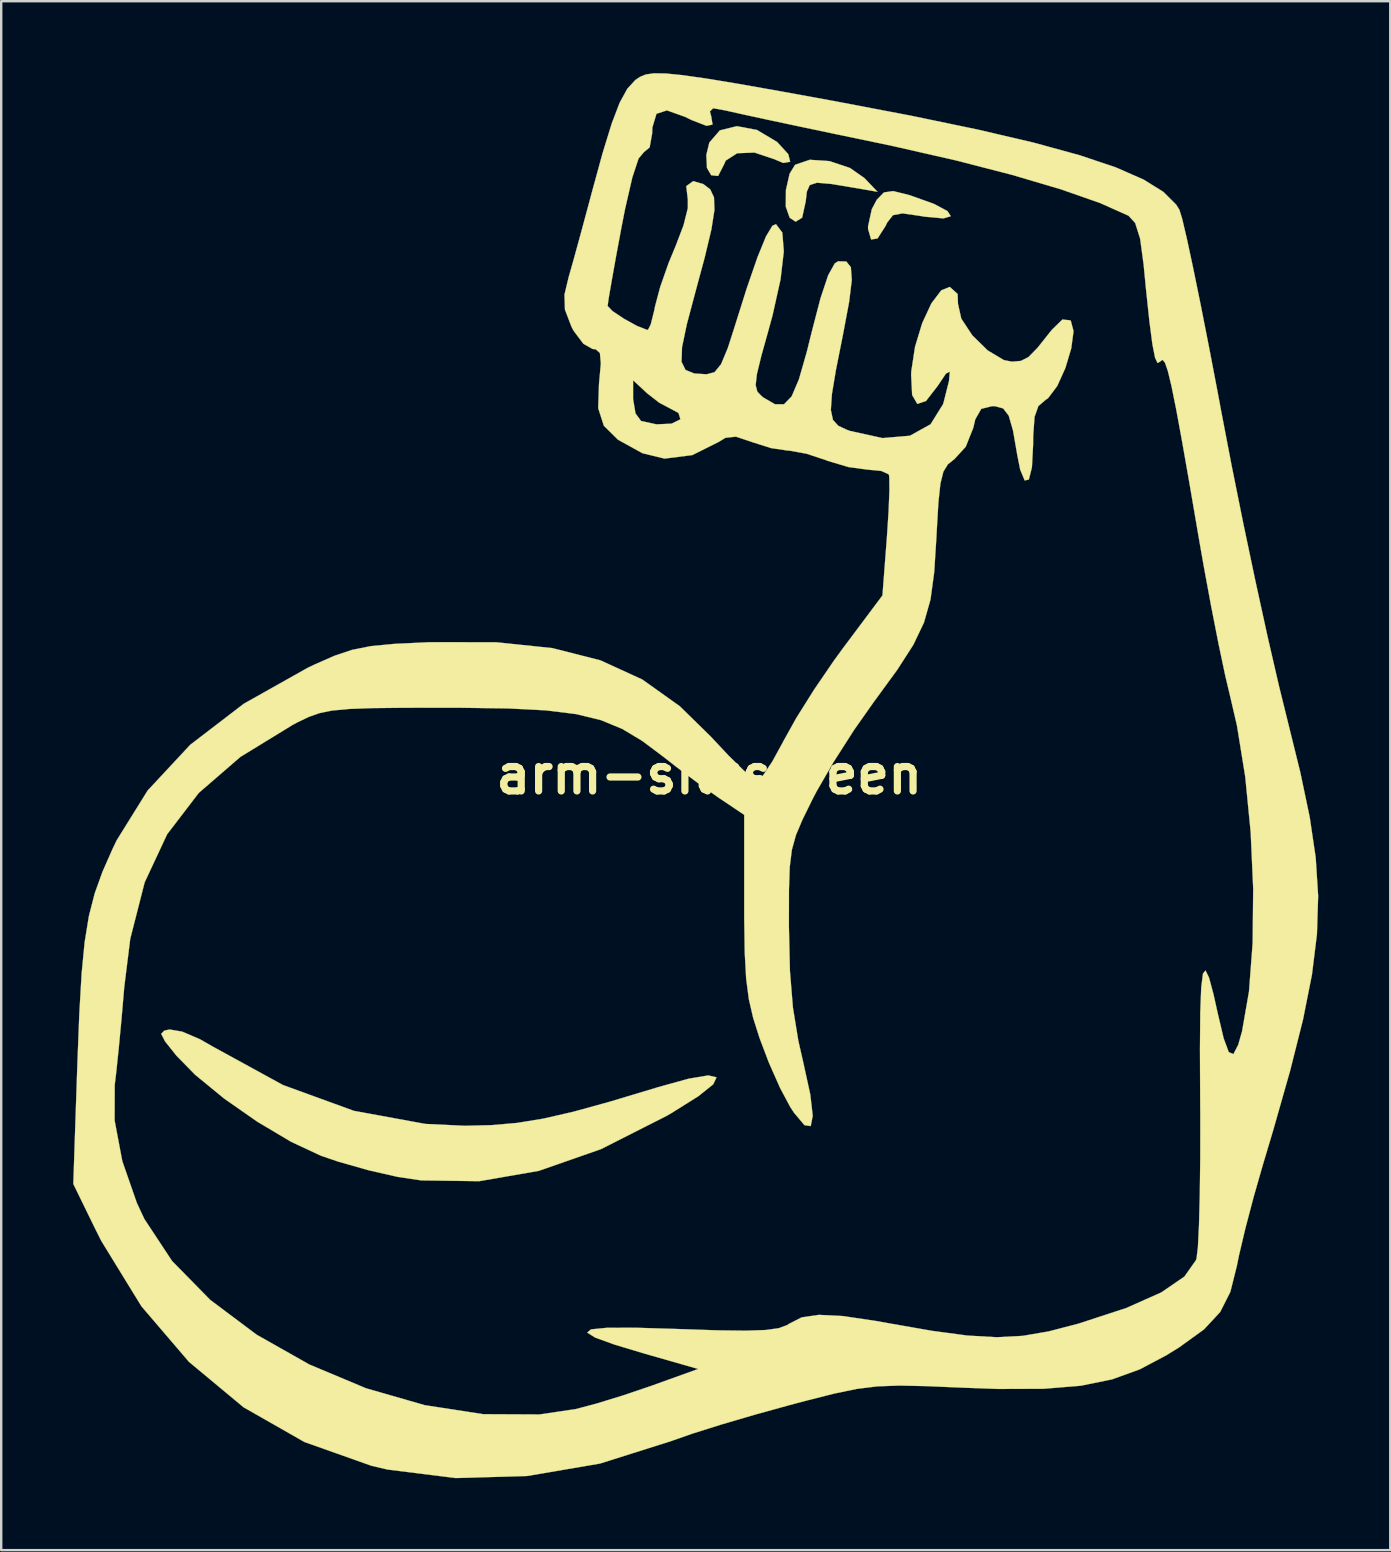
<source format=kicad_pcb>
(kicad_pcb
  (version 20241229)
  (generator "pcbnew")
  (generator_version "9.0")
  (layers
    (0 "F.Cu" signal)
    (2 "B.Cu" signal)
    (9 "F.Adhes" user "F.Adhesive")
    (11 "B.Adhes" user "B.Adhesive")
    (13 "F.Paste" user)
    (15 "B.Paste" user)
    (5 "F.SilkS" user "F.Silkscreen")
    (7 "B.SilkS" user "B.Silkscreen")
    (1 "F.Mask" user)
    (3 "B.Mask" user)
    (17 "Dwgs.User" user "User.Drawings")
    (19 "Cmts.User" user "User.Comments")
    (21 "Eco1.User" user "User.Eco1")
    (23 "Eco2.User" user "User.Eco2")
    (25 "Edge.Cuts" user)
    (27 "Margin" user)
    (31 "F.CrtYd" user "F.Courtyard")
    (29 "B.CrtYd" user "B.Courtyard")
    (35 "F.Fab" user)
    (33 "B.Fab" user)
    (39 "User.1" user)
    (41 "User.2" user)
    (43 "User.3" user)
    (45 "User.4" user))
  (footprint "arm-silkscreen"
    (layer "F.Cu")
    (at 26.506 29.219)
    (property "Reference" "arm-silkscreen" (at 0 0 0) (layer "F.SilkS") (effects (font (size 1.524 1.524) (thickness 0.3))))
    (attr through_hole)
    (fp_poly (pts (xy 1.99 -26.852) (xy 2.82 -26.357) (xy 2.83 -26.349) (xy 3.291 -25.846) (xy 3.371 -25.529) (xy 3.086 -25.478) (xy 2.686 -25.643) (xy 1.883 -25.912) (xy 1.163 -25.884) (xy 0.687 -25.579) (xy 0.606 -25.4) (xy 0.368 -24.936) (xy 0.08 -24.967) (xy -0.097 -25.27) (xy -0.124 -25.809) (xy 0.001 -26.328) (xy 0.44 -26.837) (xy 1.15 -27.012) (xy 1.99 -26.852)) (stroke (width 0.01) (type solid)) (fill yes) (layer "F.SilkS"))
    (fp_poly (pts (xy 5.015 -25.554) (xy 5.86 -25.271) (xy 6.466 -24.847) (xy 7.011 -24.277) (xy 6.085 -24.437) (xy 5.082 -24.604) (xy 4.487 -24.655) (xy 4.186 -24.559) (xy 4.065 -24.284) (xy 4.018 -23.879) (xy 3.869 -23.199) (xy 3.598 -23.03) (xy 3.351 -23.195) (xy 3.187 -23.657) (xy 3.194 -24.355) (xy 3.348 -25.033) (xy 3.574 -25.402) (xy 4.184 -25.611) (xy 5.015 -25.554)) (stroke (width 0.01) (type solid)) (fill yes) (layer "F.SilkS"))
    (fp_poly (pts (xy 8.33 -24.141) (xy 8.368 -24.129) (xy 9.352 -23.777) (xy 9.923 -23.475) (xy 10.064 -23.26) (xy 9.757 -23.169) (xy 8.983 -23.239) (xy 8.777 -23.274) (xy 8.048 -23.378) (xy 7.653 -23.302) (xy 7.412 -22.994) (xy 7.346 -22.855) (xy 7.011 -22.332) (xy 6.744 -22.288) (xy 6.617 -22.722) (xy 6.615 -22.836) (xy 6.772 -23.553) (xy 6.979 -23.946) (xy 7.277 -24.251) (xy 7.661 -24.307) (xy 8.33 -24.141)) (stroke (width 0.01) (type solid)) (fill yes) (layer "F.SilkS"))
    (fp_poly (pts (xy -21.965 10.719) (xy -21.216 11.04) (xy -20.692 11.341) (xy -17.765 12.944) (xy -14.811 14.019) (xy -11.829 14.565) (xy -10.186 14.642) (xy -9.066 14.615) (xy -8.013 14.523) (xy -6.914 14.344) (xy -5.657 14.055) (xy -4.13 13.634) (xy -2.219 13.059) (xy -2.166 13.042) (xy -0.865 12.681) (xy -0.041 12.543) (xy 0.302 12.624) (xy 0.162 12.916) (xy -0.462 13.414) (xy -1.573 14.111) (xy -1.773 14.227) (xy -4.514 15.615) (xy -7.104 16.52) (xy -9.586 16.951) (xy -12.002 16.918) (xy -12.978 16.773) (xy -14.188 16.498) (xy -15.466 16.135) (xy -16.175 15.893) (xy -17.432 15.306) (xy -18.836 14.471) (xy -20.221 13.504) (xy -21.424 12.517) (xy -22.201 11.724) (xy -22.679 11.124) (xy -22.839 10.812) (xy -22.711 10.677) (xy -22.486 10.63) (xy -21.965 10.719)) (stroke (width 0.01) (type solid)) (fill yes) (layer "F.SilkS"))
    (fp_poly (pts (xy -1.821 -29.207) (xy -1.113 -29.137) (xy -0.127 -28.997) (xy 1.197 -28.778) (xy 2.919 -28.474) (xy 5.098 -28.077) (xy 5.133 -28.071) (xy 8.415 -27.446) (xy 11.204 -26.866) (xy 13.534 -26.321) (xy 15.437 -25.799) (xy 16.948 -25.291) (xy 18.099 -24.785) (xy 18.923 -24.273) (xy 19.455 -23.742) (xy 19.59 -23.527) (xy 19.707 -23.144) (xy 19.903 -22.31) (xy 20.164 -21.094) (xy 20.477 -19.563) (xy 20.827 -17.788) (xy 21.2 -15.838) (xy 21.329 -15.145) (xy 21.771 -12.843) (xy 22.26 -10.418) (xy 22.769 -8.002) (xy 23.268 -5.724) (xy 23.731 -3.717) (xy 24.097 -2.233) (xy 24.626 -0.091) (xy 25.019 1.779) (xy 25.269 3.467) (xy 25.371 5.063) (xy 25.321 6.659) (xy 25.113 8.344) (xy 24.742 10.209) (xy 24.204 12.345) (xy 23.494 14.841) (xy 23.066 16.272) (xy 22.688 17.59) (xy 22.338 18.919) (xy 22.07 20.053) (xy 21.982 20.488) (xy 21.713 21.562) (xy 21.29 22.4) (xy 20.612 23.129) (xy 19.581 23.873) (xy 19.051 24.202) (xy 17.938 24.791) (xy 16.783 25.209) (xy 15.482 25.474) (xy 13.932 25.601) (xy 12.031 25.608) (xy 10.576 25.556) (xy 9.061 25.491) (xy 7.922 25.467) (xy 7.004 25.5) (xy 6.154 25.605) (xy 5.219 25.798) (xy 4.045 26.095) (xy 3.3 26.293) (xy 1.871 26.688) (xy 0.484 27.096) (xy -0.705 27.47) (xy -1.544 27.764) (xy -1.572 27.775) (xy -4.553 28.717) (xy -7.587 29.235) (xy -10.574 29.321) (xy -13.411 28.966) (xy -14.08 28.809) (xy -16.869 27.82) (xy -19.409 26.371) (xy -21.681 24.48) (xy -23.662 22.165) (xy -25.334 19.442) (xy -25.568 18.976) (xy -26.501 17.066) (xy -26.412 14.419) (xy -24.78 14.419) (xy -24.46 16.114) (xy -23.854 17.856) (xy -23.544 18.521) (xy -22.386 20.277) (xy -20.794 21.899) (xy -18.858 23.35) (xy -16.665 24.59) (xy -14.302 25.581) (xy -11.857 26.284) (xy -9.418 26.66) (xy -7.074 26.671) (xy -5.556 26.445) (xy -4.701 26.218) (xy -3.587 25.876) (xy -2.451 25.491) (xy -2.414 25.478) (xy -0.463 24.776) (xy -2.679 24.142) (xy -3.952 23.759) (xy -4.758 23.467) (xy -5.087 23.259) (xy -4.93 23.126) (xy -4.276 23.061) (xy -3.116 23.056) (xy -1.439 23.106) (xy -1.299 23.111) (xy 0.339 23.166) (xy 1.531 23.18) (xy 2.357 23.152) (xy 2.901 23.075) (xy 3.243 22.947) (xy 3.331 22.889) (xy 3.849 22.626) (xy 4.563 22.521) (xy 5.569 22.571) (xy 6.96 22.778) (xy 7.408 22.859) (xy 9.273 23.185) (xy 10.752 23.383) (xy 11.971 23.453) (xy 13.058 23.396) (xy 14.139 23.211) (xy 15.343 22.898) (xy 15.408 22.879) (xy 17.379 22.234) (xy 18.837 21.585) (xy 19.799 20.924) (xy 20.28 20.241) (xy 20.304 20.165) (xy 20.361 19.697) (xy 20.406 18.787) (xy 20.439 17.522) (xy 20.458 15.99) (xy 20.46 14.277) (xy 20.455 13.494) (xy 20.446 11.453) (xy 20.459 9.921) (xy 20.499 8.877) (xy 20.571 8.3) (xy 20.677 8.17) (xy 20.823 8.466) (xy 21.012 9.168) (xy 21.179 9.922) (xy 21.434 11.001) (xy 21.646 11.573) (xy 21.84 11.656) (xy 22.04 11.268) (xy 22.2 10.707) (xy 22.489 9.049) (xy 22.642 7.019) (xy 22.664 4.757) (xy 22.559 2.402) (xy 22.332 0.092) (xy 21.988 -2.033) (xy 21.723 -3.175) (xy 21.502 -4.107) (xy 21.223 -5.427) (xy 20.914 -7.001) (xy 20.601 -8.694) (xy 20.386 -9.922) (xy 20.005 -12.148) (xy 19.697 -13.901) (xy 19.452 -15.23) (xy 19.259 -16.183) (xy 19.108 -16.809) (xy 18.988 -17.157) (xy 18.887 -17.276) (xy 18.796 -17.215) (xy 18.788 -17.202) (xy 18.679 -17.142) (xy 18.575 -17.363) (xy 18.465 -17.922) (xy 18.341 -18.87) (xy 18.193 -20.263) (xy 18.099 -21.24) (xy 17.952 -22.328) (xy 17.745 -22.98) (xy 17.469 -23.28) (xy 16.289 -23.807) (xy 14.651 -24.38) (xy 12.625 -24.979) (xy 10.279 -25.584) (xy 7.681 -26.176) (xy 7.011 -26.317) (xy 5.318 -26.67) (xy 3.758 -26.998) (xy 2.422 -27.282) (xy 1.399 -27.504) (xy 0.778 -27.643) (xy 0.684 -27.665) (xy 0.161 -27.758) (xy 0.025 -27.625) (xy 0.08 -27.424) (xy 0.136 -27.078) (xy -0.116 -27.026) (xy -0.733 -27.265) (xy -1.014 -27.402) (xy -1.765 -27.669) (xy -2.201 -27.528) (xy -2.373 -26.954) (xy -2.381 -26.707) (xy -2.485 -26.127) (xy -2.725 -25.929) (xy -2.946 -25.666) (xy -3.207 -24.876) (xy -3.51 -23.56) (xy -3.655 -22.82) (xy -3.883 -21.596) (xy -4.068 -20.564) (xy -4.193 -19.836) (xy -4.237 -19.52) (xy -4.03 -19.304) (xy -3.55 -18.984) (xy -3.004 -18.684) (xy -2.597 -18.525) (xy -2.556 -18.521) (xy -2.439 -18.752) (xy -2.295 -19.327) (xy -2.258 -19.513) (xy -2.046 -20.311) (xy -1.692 -21.319) (xy -1.403 -22.017) (xy -1.073 -22.881) (xy -0.894 -23.598) (xy -0.895 -23.959) (xy -0.96 -24.514) (xy -0.669 -24.722) (xy -0.249 -24.598) (xy 0.04 -24.378) (xy 0.196 -24.044) (xy 0.214 -23.516) (xy 0.089 -22.715) (xy -0.186 -21.56) (xy -0.567 -20.147) (xy -0.936 -18.761) (xy -1.136 -17.802) (xy -1.157 -17.192) (xy -0.989 -16.852) (xy -0.621 -16.705) (xy -0.108 -16.673) (xy 0.219 -16.76) (xy 0.492 -17.095) (xy 0.776 -17.779) (xy 0.993 -18.455) (xy 1.559 -20.249) (xy 2.012 -21.561) (xy 2.364 -22.42) (xy 2.627 -22.859) (xy 2.778 -22.929) (xy 3.043 -22.578) (xy 3.105 -21.793) (xy 2.969 -20.627) (xy 2.637 -19.133) (xy 2.491 -18.597) (xy 2.168 -17.439) (xy 1.984 -16.683) (xy 1.932 -16.221) (xy 2.003 -15.947) (xy 2.189 -15.755) (xy 2.269 -15.695) (xy 2.74 -15.423) (xy 3.113 -15.423) (xy 3.431 -15.75) (xy 3.734 -16.459) (xy 4.063 -17.606) (xy 4.257 -18.391) (xy 4.633 -19.837) (xy 4.951 -20.792) (xy 5.225 -21.289) (xy 5.363 -21.38) (xy 5.709 -21.373) (xy 5.899 -21.137) (xy 5.938 -20.603) (xy 5.829 -19.701) (xy 5.577 -18.36) (xy 5.564 -18.294) (xy 5.278 -16.858) (xy 5.11 -15.851) (xy 5.065 -15.186) (xy 5.152 -14.773) (xy 5.375 -14.526) (xy 5.742 -14.356) (xy 5.86 -14.313) (xy 7.219 -14.014) (xy 8.359 -14.112) (xy 9.22 -14.589) (xy 9.741 -15.427) (xy 9.772 -15.532) (xy 9.99 -16.399) (xy 10.022 -16.784) (xy 9.862 -16.701) (xy 9.516 -16.186) (xy 9.03 -15.559) (xy 8.668 -15.438) (xy 8.453 -15.809) (xy 8.41 -16.66) (xy 8.418 -16.803) (xy 8.573 -17.819) (xy 8.871 -18.802) (xy 9.255 -19.628) (xy 9.666 -20.171) (xy 10.023 -20.313) (xy 10.348 -20.019) (xy 10.363 -19.608) (xy 10.5 -18.993) (xy 10.962 -18.293) (xy 11.604 -17.665) (xy 12.278 -17.264) (xy 12.609 -17.198) (xy 12.984 -17.23) (xy 13.299 -17.39) (xy 13.678 -17.777) (xy 14.244 -18.488) (xy 14.269 -18.521) (xy 14.714 -18.955) (xy 15.045 -18.92) (xy 15.064 -18.903) (xy 15.178 -18.471) (xy 15.084 -17.757) (xy 14.839 -16.936) (xy 14.499 -16.184) (xy 14.119 -15.679) (xy 14.014 -15.606) (xy 13.712 -15.348) (xy 13.553 -14.894) (xy 13.497 -14.101) (xy 13.494 -13.749) (xy 13.444 -12.795) (xy 13.316 -12.287) (xy 13.143 -12.248) (xy 12.955 -12.699) (xy 12.836 -13.295) (xy 12.656 -14.331) (xy 12.478 -14.947) (xy 12.247 -15.249) (xy 11.91 -15.342) (xy 11.786 -15.346) (xy 11.332 -15.232) (xy 11.083 -14.795) (xy 11.002 -14.446) (xy 10.686 -13.653) (xy 10.218 -13.142) (xy 9.942 -12.921) (xy 9.755 -12.616) (xy 9.631 -12.121) (xy 9.547 -11.33) (xy 9.477 -10.135) (xy 9.464 -9.875) (xy 9.372 -8.421) (xy 9.218 -7.288) (xy 8.947 -6.331) (xy 8.504 -5.403) (xy 7.833 -4.359) (xy 6.881 -3.055) (xy 6.871 -3.043) (xy 6.03 -1.848) (xy 5.181 -0.52) (xy 4.471 0.708) (xy 4.295 1.045) (xy 3.887 1.876) (xy 3.61 2.53) (xy 3.44 3.146) (xy 3.352 3.862) (xy 3.32 4.814) (xy 3.318 6.14) (xy 3.318 6.337) (xy 3.36 8.188) (xy 3.484 9.711) (xy 3.711 11.104) (xy 3.92 12.019) (xy 4.209 13.343) (xy 4.31 14.226) (xy 4.227 14.655) (xy 3.965 14.616) (xy 3.527 14.094) (xy 3.371 13.855) (xy 2.951 13.068) (xy 2.483 12.011) (xy 2.092 10.98) (xy 1.828 10.147) (xy 1.648 9.367) (xy 1.536 8.507) (xy 1.477 7.433) (xy 1.456 6.01) (xy 1.455 5.407) (xy 1.455 1.685) (xy 0.397 0.976) (xy -0.431 0.393) (xy -1.391 -0.326) (xy -1.921 -0.741) (xy -2.796 -1.397) (xy -3.631 -1.897) (xy -4.516 -2.262) (xy -5.544 -2.512) (xy -6.804 -2.668) (xy -8.387 -2.749) (xy -10.384 -2.777) (xy -10.98 -2.778) (xy -12.733 -2.776) (xy -14.047 -2.762) (xy -15.01 -2.727) (xy -15.712 -2.661) (xy -16.242 -2.554) (xy -16.69 -2.396) (xy -17.145 -2.177) (xy -17.346 -2.072) (xy -19.541 -0.728) (xy -21.275 0.773) (xy -22.591 2.494) (xy -23.528 4.498) (xy -24.128 6.848) (xy -24.379 8.864) (xy -24.493 10.191) (xy -24.612 11.451) (xy -24.719 12.472) (xy -24.776 12.943) (xy -24.78 14.419) (xy -26.412 14.419) (xy -26.331 12.039) (xy -26.25 9.956) (xy -26.155 8.304) (xy -26.028 6.986) (xy -25.852 5.904) (xy -25.61 4.959) (xy -25.285 4.055) (xy -24.859 3.092) (xy -24.693 2.746) (xy -23.404 0.672) (xy -21.631 -1.232) (xy -19.397 -2.945) (xy -16.727 -4.446) (xy -16.455 -4.575) (xy -15.623 -4.942) (xy -14.891 -5.188) (xy -14.106 -5.345) (xy -13.113 -5.44) (xy -11.76 -5.504) (xy -11.606 -5.51) (xy -8.866 -5.505) (xy -6.534 -5.261) (xy -4.534 -4.752) (xy -2.79 -3.953) (xy -1.227 -2.839) (xy 0.057 -1.581) (xy 0.809 -0.779) (xy 1.447 -0.153) (xy 1.88 0.208) (xy 1.994 0.262) (xy 2.239 0.043) (xy 2.624 -0.533) (xy 3.069 -1.346) (xy 3.09 -1.389) (xy 3.626 -2.351) (xy 4.367 -3.531) (xy 5.189 -4.735) (xy 5.564 -5.25) (xy 7.216 -7.458) (xy 7.401 -9.88) (xy 7.472 -10.966) (xy 7.506 -11.848) (xy 7.5 -12.395) (xy 7.481 -12.502) (xy 7.171 -12.643) (xy 6.59 -12.7) (xy 5.804 -12.806) (xy 4.936 -13.064) (xy 4.854 -13.097) (xy 4.054 -13.362) (xy 3.342 -13.491) (xy 3.266 -13.494) (xy 2.575 -13.597) (xy 1.786 -13.846) (xy 1.76 -13.857) (xy 1.109 -14.074) (xy 0.672 -14.025) (xy 0.392 -13.854) (xy -0.709 -13.305) (xy -1.865 -13.159) (xy -2.787 -13.384) (xy -3.807 -13.948) (xy -4.394 -14.529) (xy -4.629 -15.259) (xy -4.617 -15.643) (xy -3.175 -15.643) (xy -3.075 -15.042) (xy -2.844 -14.727) (xy -2.203 -14.587) (xy -1.572 -14.615) (xy -1.202 -14.798) (xy -1.284 -15.062) (xy -1.537 -15.198) (xy -2.089 -15.49) (xy -2.599 -15.888) (xy -3.175 -16.425) (xy -3.175 -15.643) (xy -4.617 -15.643) (xy -4.596 -16.272) (xy -4.595 -16.283) (xy -4.519 -17.12) (xy -4.558 -17.558) (xy -4.735 -17.715) (xy -4.863 -17.727) (xy -5.248 -17.946) (xy -5.657 -18.491) (xy -5.745 -18.661) (xy -6.014 -19.362) (xy -6.035 -19.99) (xy -5.863 -20.711) (xy -5.644 -21.484) (xy -5.345 -22.575) (xy -5.018 -23.787) (xy -4.906 -24.209) (xy -4.446 -25.888) (xy -4.065 -27.125) (xy -3.732 -27.995) (xy -3.414 -28.573) (xy -3.081 -28.936) (xy -2.886 -29.067) (xy -2.647 -29.165) (xy -2.313 -29.214) (xy -1.821 -29.207)) (stroke (width 0.01) (type solid)) (fill yes) (layer "F.SilkS")))
  (gr_rect
    (start -3 -3)
    (end 54.882 61.545)
    (stroke (width 0.1) (type default))
    (fill no)
    (layer "Edge.Cuts")))
</source>
